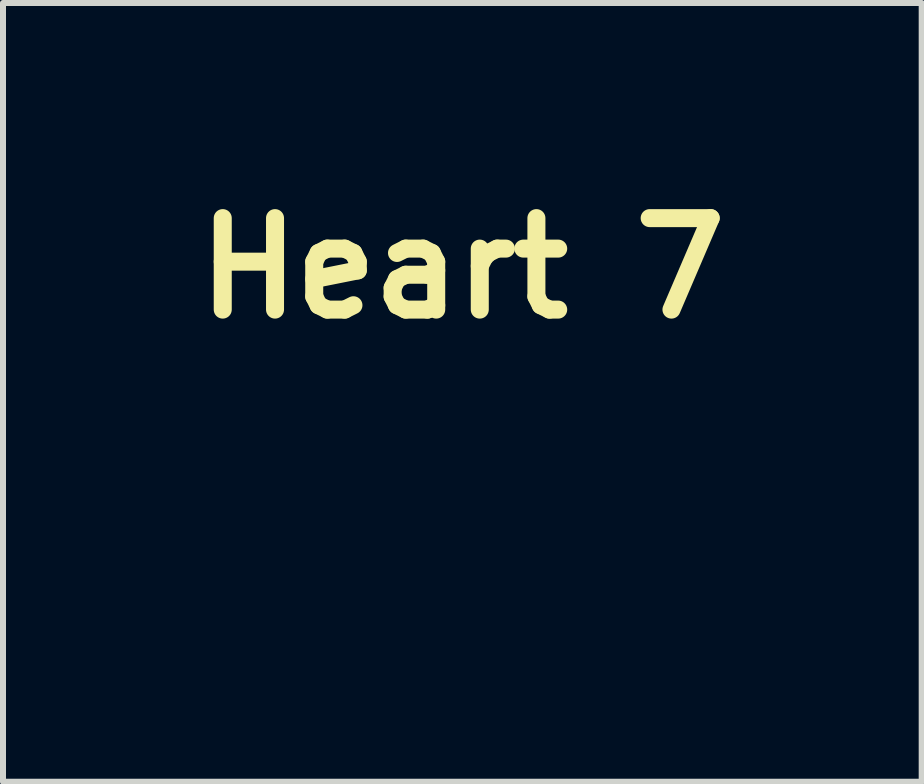
<source format=kicad_pcb>
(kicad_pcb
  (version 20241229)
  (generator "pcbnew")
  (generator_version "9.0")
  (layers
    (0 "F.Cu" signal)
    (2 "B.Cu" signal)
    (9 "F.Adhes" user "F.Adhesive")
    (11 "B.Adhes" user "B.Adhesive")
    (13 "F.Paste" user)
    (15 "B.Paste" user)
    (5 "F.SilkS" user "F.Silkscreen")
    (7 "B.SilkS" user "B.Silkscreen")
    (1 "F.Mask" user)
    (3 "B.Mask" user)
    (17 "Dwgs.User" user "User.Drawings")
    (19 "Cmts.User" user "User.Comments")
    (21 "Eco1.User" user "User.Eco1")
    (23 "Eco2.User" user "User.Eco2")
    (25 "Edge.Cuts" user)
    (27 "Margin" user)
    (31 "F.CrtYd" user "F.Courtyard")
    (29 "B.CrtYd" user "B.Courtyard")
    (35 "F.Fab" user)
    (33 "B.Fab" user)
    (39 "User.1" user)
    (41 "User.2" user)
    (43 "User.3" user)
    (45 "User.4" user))
  (footprint "Heart 7"
    (layer "F.Cu")
    (at 4.852 6.418)
    (property "Reference" "Heart 7" (at -0.2 -5 0) (layer "F.SilkS") (effects (font (size 1.524 1.524) (thickness 0.3))))
    (attr board_only exclude_from_pos_files exclude_from_bom)
    (fp_poly (pts (xy -0.447 -0.815) (xy -0.4 -0.808) (xy -0.354 -0.796) (xy -0.309 -0.78) (xy -0.266 -0.76) (xy -0.225 -0.736) (xy -0.186 -0.708) (xy -0.184 -0.707) (xy -0.162 -0.687) (xy -0.139 -0.665) (xy -0.117 -0.641) (xy -0.097 -0.616) (xy -0.086 -0.601) (xy -0.08 -0.592) (xy -0.076 -0.587) (xy -0.074 -0.585) (xy -0.072 -0.586) (xy -0.071 -0.586) (xy -0.069 -0.59) (xy -0.065 -0.596) (xy -0.059 -0.604) (xy -0.054 -0.611) (xy -0.026 -0.647) (xy 0.006 -0.68) (xy 0.041 -0.71) (xy 0.079 -0.737) (xy 0.119 -0.76) (xy 0.162 -0.78) (xy 0.206 -0.796) (xy 0.253 -0.808) (xy 0.282 -0.813) (xy 0.325 -0.817) (xy 0.368 -0.818) (xy 0.412 -0.815) (xy 0.455 -0.809) (xy 0.496 -0.8) (xy 0.536 -0.787) (xy 0.574 -0.772) (xy 0.609 -0.753) (xy 0.622 -0.745) (xy 0.636 -0.736) (xy 0.647 -0.728) (xy 0.656 -0.72) (xy 0.666 -0.712) (xy 0.677 -0.701) (xy 0.68 -0.698) (xy 0.706 -0.669) (xy 0.728 -0.638) (xy 0.747 -0.604) (xy 0.762 -0.568) (xy 0.772 -0.534) (xy 0.777 -0.515) (xy 0.78 -0.497) (xy 0.783 -0.48) (xy 0.784 -0.462) (xy 0.785 -0.441) (xy 0.785 -0.42) (xy 0.783 -0.373) (xy 0.777 -0.326) (xy 0.768 -0.279) (xy 0.754 -0.231) (xy 0.737 -0.183) (xy 0.716 -0.133) (xy 0.69 -0.083) (xy 0.661 -0.031) (xy 0.636 0.009) (xy 0.611 0.044) (xy 0.583 0.08) (xy 0.55 0.117) (xy 0.513 0.154) (xy 0.472 0.192) (xy 0.427 0.231) (xy 0.379 0.27) (xy 0.327 0.309) (xy 0.272 0.348) (xy 0.214 0.387) (xy 0.153 0.426) (xy 0.09 0.464) (xy 0.083 0.468) (xy 0.068 0.477) (xy 0.051 0.487) (xy 0.034 0.496) (xy 0.017 0.506) (xy -0.001 0.516) (xy -0.017 0.525) (xy -0.033 0.534) (xy -0.046 0.541) (xy -0.058 0.547) (xy -0.067 0.552) (xy -0.072 0.555) (xy -0.074 0.555) (xy -0.077 0.554) (xy -0.083 0.551) (xy -0.091 0.546) (xy -0.103 0.54) (xy -0.116 0.533) (xy -0.127 0.527) (xy -0.203 0.485) (xy -0.275 0.442) (xy -0.343 0.4) (xy -0.407 0.357) (xy -0.467 0.315) (xy -0.523 0.272) (xy -0.576 0.23) (xy -0.624 0.189) (xy -0.667 0.148) (xy -0.706 0.107) (xy -0.741 0.067) (xy -0.752 0.053) (xy -0.766 0.034) (xy -0.78 0.014) (xy -0.795 -0.008) (xy -0.811 -0.034) (xy -0.815 -0.041) (xy -0.843 -0.092) (xy -0.868 -0.142) (xy -0.888 -0.192) (xy -0.905 -0.242) (xy -0.918 -0.291) (xy -0.927 -0.339) (xy -0.932 -0.386) (xy -0.933 -0.431) (xy -0.931 -0.476) (xy -0.924 -0.518) (xy -0.913 -0.559) (xy -0.898 -0.597) (xy -0.891 -0.611) (xy -0.872 -0.645) (xy -0.849 -0.676) (xy -0.822 -0.704) (xy -0.792 -0.729) (xy -0.759 -0.752) (xy -0.722 -0.771) (xy -0.683 -0.787) (xy -0.641 -0.8) (xy -0.596 -0.81) (xy -0.55 -0.816) (xy -0.541 -0.817) (xy -0.494 -0.818)) (stroke (width 0) (type solid)) (fill yes) (layer "F.Mask")))
  (gr_rect
    (start -3 -3)
    (end 12.304 9.973)
    (stroke (width 0.1) (type default))
    (fill no)
    (layer "Edge.Cuts")))
</source>
